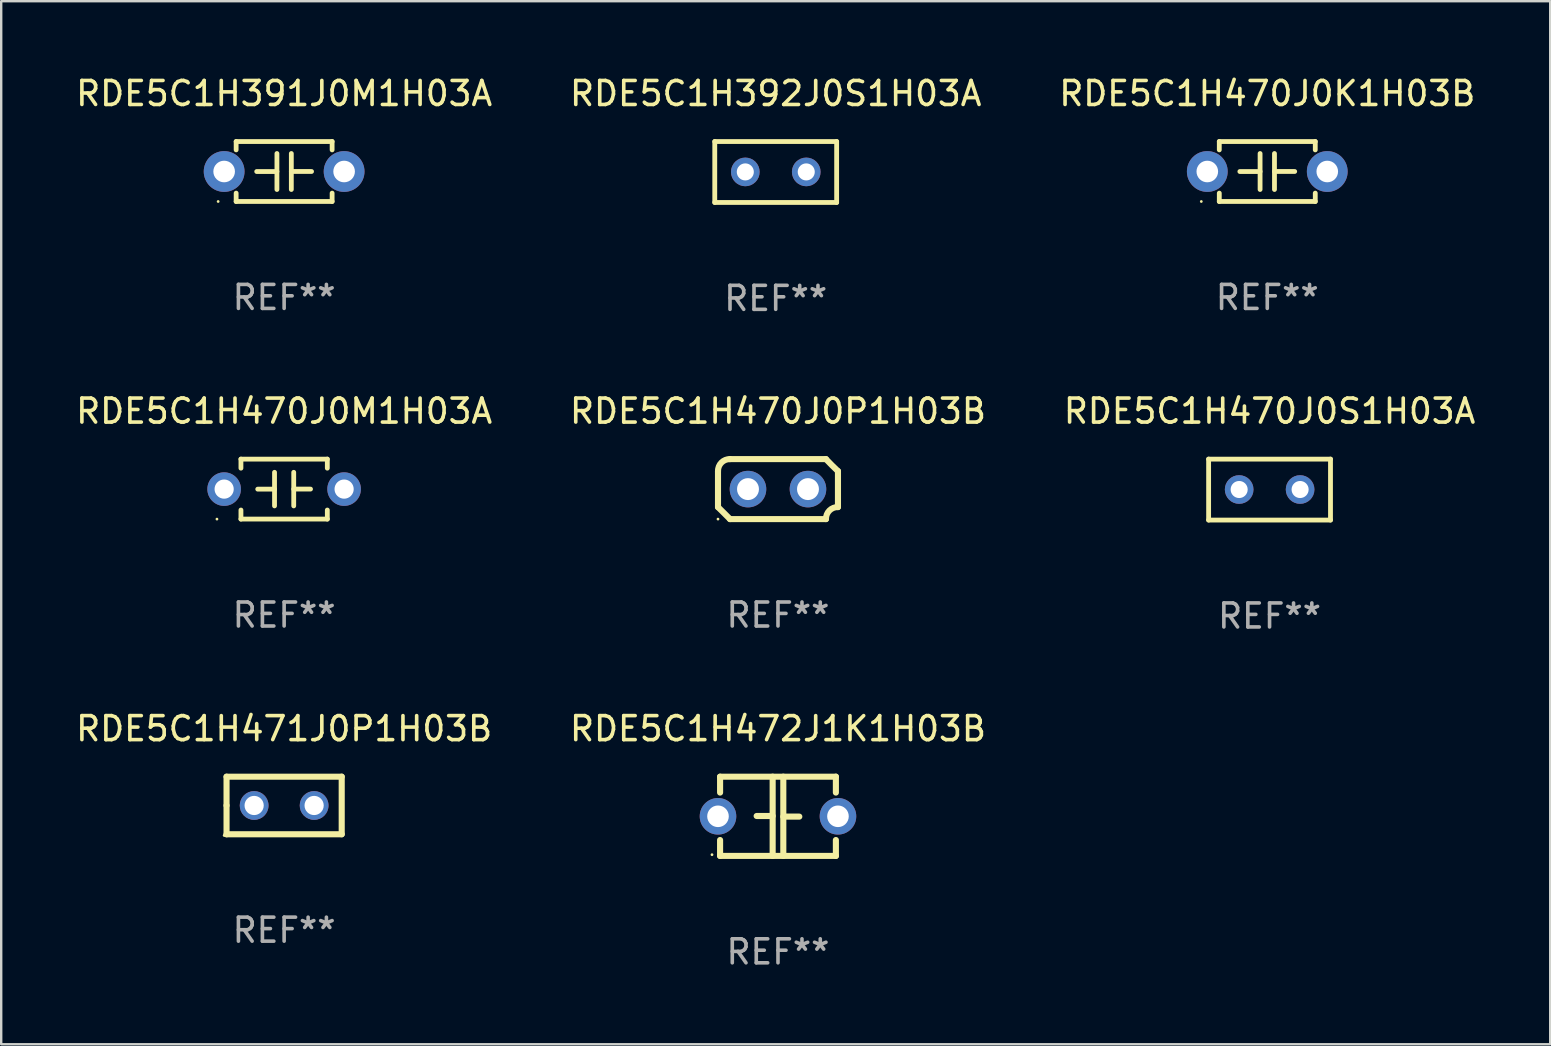
<source format=kicad_pcb>
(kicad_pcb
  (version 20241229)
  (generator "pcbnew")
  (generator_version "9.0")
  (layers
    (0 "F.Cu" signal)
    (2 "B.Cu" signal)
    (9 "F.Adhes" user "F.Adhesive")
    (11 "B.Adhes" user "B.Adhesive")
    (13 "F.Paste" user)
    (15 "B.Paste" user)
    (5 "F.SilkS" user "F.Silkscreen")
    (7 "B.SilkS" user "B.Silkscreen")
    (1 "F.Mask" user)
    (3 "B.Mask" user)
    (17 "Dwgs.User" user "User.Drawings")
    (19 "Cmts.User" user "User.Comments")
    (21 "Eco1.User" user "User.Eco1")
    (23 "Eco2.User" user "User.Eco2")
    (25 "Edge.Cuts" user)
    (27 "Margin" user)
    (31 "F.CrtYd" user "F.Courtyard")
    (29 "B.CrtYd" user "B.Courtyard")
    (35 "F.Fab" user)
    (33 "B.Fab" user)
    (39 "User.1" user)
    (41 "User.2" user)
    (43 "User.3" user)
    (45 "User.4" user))
  (footprint "RDE5C1H392J0S1H03A"
    (layer "F.Cu")
    (at 29.28 4.118)
    (property "Reference" "RDE5C1H392J0S1H03A" (at 0 -3.27 0) (layer "F.SilkS") (effects (font (size 1 1) (thickness 0.15))))
    (attr through_hole)
    (fp_line (start -2.54 -1.27) (end -2.54 1.27) (stroke (width 0.201) (type solid)) (layer "F.SilkS"))
    (fp_line (start -2.54 1.27) (end 2.54 1.27) (stroke (width 0.201) (type solid)) (layer "F.SilkS"))
    (fp_line (start 2.54 -1.27) (end -2.54 -1.27) (stroke (width 0.201) (type solid)) (layer "F.SilkS"))
    (fp_line (start 2.54 1.27) (end 2.54 -1.27) (stroke (width 0.201) (type solid)) (layer "F.SilkS"))
    (fp_circle (center -2.497 1.247) (end -2.467 1.247) (stroke (width 0.06) (type solid)) (fill no) (layer "F.SilkS"))
    (fp_text user "REF**" (at 0 5.27 0) (layer "F.Fab") (effects (font (size 1 1) (thickness 0.15))))
    (pad "1" thru_hole circle (at -1.267 -0.003) (size 1.194 1.194) (drill 0.711) (layers "*.Cu" "*.Mask"))
    (pad "2" thru_hole circle (at 1.273 -0.003) (size 1.194 1.194) (drill 0.711) (layers "*.Cu" "*.Mask")))
  (footprint "RDE5C1H470J0S1H03A"
    (layer "F.Cu")
    (at 49.863 17.355)
    (property "Reference" "RDE5C1H470J0S1H03A" (at 0 -3.27 0) (layer "F.SilkS") (effects (font (size 1 1) (thickness 0.15))))
    (attr through_hole)
    (fp_line (start -2.54 -1.27) (end -2.54 1.27) (stroke (width 0.201) (type solid)) (layer "F.SilkS"))
    (fp_line (start -2.54 1.27) (end 2.54 1.27) (stroke (width 0.201) (type solid)) (layer "F.SilkS"))
    (fp_line (start 2.54 -1.27) (end -2.54 -1.27) (stroke (width 0.201) (type solid)) (layer "F.SilkS"))
    (fp_line (start 2.54 1.27) (end 2.54 -1.27) (stroke (width 0.201) (type solid)) (layer "F.SilkS"))
    (fp_circle (center -2.497 1.247) (end -2.467 1.247) (stroke (width 0.06) (type solid)) (fill no) (layer "F.SilkS"))
    (fp_text user "REF**" (at 0 5.27 0) (layer "F.Fab") (effects (font (size 1 1) (thickness 0.15))))
    (pad "1" thru_hole circle (at -1.267 -0.003) (size 1.194 1.194) (drill 0.711) (layers "*.Cu" "*.Mask"))
    (pad "2" thru_hole circle (at 1.273 -0.003) (size 1.194 1.194) (drill 0.711) (layers "*.Cu" "*.Mask")))
  (footprint "RDE5C1H470J0P1H03B"
    (layer "F.Cu")
    (at 29.375 17.335)
    (property "Reference" "RDE5C1H470J0P1H03B" (at 0 -3.25 0) (layer "F.SilkS") (effects (font (size 1 1) (thickness 0.15))))
    (attr through_hole)
    (fp_line (start -2.5 -0.75) (end -2.5 0.75) (stroke (width 0.254) (type solid)) (layer "F.SilkS"))
    (fp_line (start -2 -1.25) (end 2 -1.25) (stroke (width 0.254) (type solid)) (layer "F.SilkS"))
    (fp_line (start 2 1.25) (end -2 1.25) (stroke (width 0.254) (type solid)) (layer "F.SilkS"))
    (fp_line (start 2.5 0.75) (end 2.5 -0.75) (stroke (width 0.254) (type solid)) (layer "F.SilkS"))
    (fp_arc (start -2.5 0.749962) (mid -2.249559 0.999558) (end -1.99929 1.249325) (stroke (width 0.254001) (type solid)) (layer "F.SilkS"))
    (fp_arc (start -2.499366 -0.749302) (mid -2.356411 -1.106098) (end -2 -1.250013) (stroke (width 0.254001) (type solid)) (layer "F.SilkS"))
    (fp_arc (start 2 1.250013) (mid 2.142747 0.89301) (end 2.499364 0.749302) (stroke (width 0.254001) (type solid)) (layer "F.SilkS"))
    (fp_arc (start 2.5 -0.749962) (mid 2.245609 -0.995598) (end 1.999289 -1.249327) (stroke (width 0.254001) (type solid)) (layer "F.SilkS"))
    (fp_circle (center -2.5 1.25) (end -2.47 1.25) (stroke (width 0.06) (type solid)) (fill no) (layer "F.SilkS"))
    (fp_text user "REF**" (at 0 5.25 0) (layer "F.Fab") (effects (font (size 1 1) (thickness 0.15))))
    (pad "1" thru_hole circle (at -1.25 0) (size 1.524 1.524) (drill 0.914) (layers "*.Cu" "*.Mask"))
    (pad "2" thru_hole circle (at 1.25 0) (size 1.524 1.524) (drill 0.914) (layers "*.Cu" "*.Mask")))
  (footprint "RDE5C1H472J1K1H03B"
    (layer "F.Cu")
    (at 29.375 30.972)
    (property "Reference" "RDE5C1H472J1K1H03B" (at 0 -3.651 0) (layer "F.SilkS") (effects (font (size 1 1) (thickness 0.15))))
    (attr through_hole)
    (fp_line (start -2.413 -1.651) (end 2.413 -1.651) (stroke (width 0.254) (type solid)) (layer "F.SilkS"))
    (fp_line (start -2.413 -0.989) (end -2.413 -1.651) (stroke (width 0.254) (type solid)) (layer "F.SilkS"))
    (fp_line (start -2.413 1.651) (end -2.413 0.989) (stroke (width 0.254) (type solid)) (layer "F.SilkS"))
    (fp_line (start -0.222 -0.013) (end -0.889 -0.013) (stroke (width 0.254) (type solid)) (layer "F.SilkS"))
    (fp_line (start -0.222 1.651) (end -0.222 -1.651) (stroke (width 0.254) (type solid)) (layer "F.SilkS"))
    (fp_line (start 0.222 -1.651) (end 0.222 1.651) (stroke (width 0.254) (type solid)) (layer "F.SilkS"))
    (fp_line (start 0.222 0.013) (end 0.889 0.013) (stroke (width 0.254) (type solid)) (layer "F.SilkS"))
    (fp_line (start 2.413 -1.651) (end 2.413 -0.989) (stroke (width 0.254) (type solid)) (layer "F.SilkS"))
    (fp_line (start 2.413 0.989) (end 2.413 1.651) (stroke (width 0.254) (type solid)) (layer "F.SilkS"))
    (fp_line (start 2.413 1.651) (end -2.413 1.651) (stroke (width 0.254) (type solid)) (layer "F.SilkS"))
    (fp_circle (center -2.75 1.6) (end -2.72 1.6) (stroke (width 0.06) (type solid)) (fill no) (layer "F.SilkS"))
    (fp_text user "REF**" (at 0 5.651 0) (layer "F.Fab") (effects (font (size 1 1) (thickness 0.15))))
    (pad "1" thru_hole circle (at -2.5 0) (size 1.524 1.524) (drill 0.9) (layers "*.Cu" "*.Mask"))
    (pad "2" thru_hole circle (at 2.5 0) (size 1.524 1.524) (drill 0.9) (layers "*.Cu" "*.Mask")))
  (footprint "RDE5C1H470J0K1H03B"
    (layer "F.Cu")
    (at 49.768 4.098)
    (property "Reference" "RDE5C1H470J0K1H03B" (at 0 -3.25 0) (layer "F.SilkS") (effects (font (size 1 1) (thickness 0.15))))
    (attr through_hole)
    (fp_line (start -2 -1.25) (end -2 -0.901) (stroke (width 0.2) (type solid)) (layer "F.SilkS"))
    (fp_line (start -2 -1.25) (end 2 -1.25) (stroke (width 0.2) (type solid)) (layer "F.SilkS"))
    (fp_line (start -2 0.901) (end -2 1.25) (stroke (width 0.2) (type solid)) (layer "F.SilkS"))
    (fp_line (start -0.3 -0.75) (end -0.3 0.75) (stroke (width 0.2) (type solid)) (layer "F.SilkS"))
    (fp_line (start -0.3 0.001) (end -1.143 0.001) (stroke (width 0.2) (type solid)) (layer "F.SilkS"))
    (fp_line (start 0.3 -0.001) (end 1.143 -0.001) (stroke (width 0.2) (type solid)) (layer "F.SilkS"))
    (fp_line (start 0.3 0.75) (end 0.3 -0.75) (stroke (width 0.2) (type solid)) (layer "F.SilkS"))
    (fp_line (start 2 -1.25) (end 2 -0.901) (stroke (width 0.2) (type solid)) (layer "F.SilkS"))
    (fp_line (start 2 0.901) (end 2 1.25) (stroke (width 0.2) (type solid)) (layer "F.SilkS"))
    (fp_line (start 2 1.25) (end -2 1.25) (stroke (width 0.2) (type solid)) (layer "F.SilkS"))
    (fp_circle (center -2.75 1.25) (end -2.72 1.25) (stroke (width 0.06) (type solid)) (fill no) (layer "F.SilkS"))
    (fp_text user "REF**" (at 0 5.25 0) (layer "F.Fab") (effects (font (size 1 1) (thickness 0.15))))
    (pad "1" thru_hole circle (at -2.5 0) (size 1.7 1.7) (drill 0.9) (layers "*.Cu" "*.Mask"))
    (pad "2" thru_hole circle (at 2.5 0) (size 1.7 1.7) (drill 0.9) (layers "*.Cu" "*.Mask")))
  (footprint "RDE5C1H471J0P1H03B"
    (layer "F.Cu")
    (at 8.792 30.521)
    (property "Reference" "RDE5C1H471J0P1H03B" (at 0 -3.2 0) (layer "F.SilkS") (effects (font (size 1 1) (thickness 0.15))))
    (attr through_hole)
    (fp_line (start -2.4 -1.2) (end 2.4 -1.2) (stroke (width 0.254) (type solid)) (layer "F.SilkS"))
    (fp_line (start -2.4 0) (end -2.4 -1.2) (stroke (width 0.254) (type solid)) (layer "F.SilkS"))
    (fp_line (start -2.4 1.2) (end -2.4 0) (stroke (width 0.254) (type solid)) (layer "F.SilkS"))
    (fp_line (start 2.4 -1.2) (end 2.4 1.2) (stroke (width 0.254) (type solid)) (layer "F.SilkS"))
    (fp_line (start 2.4 1.2) (end -2.4 1.2) (stroke (width 0.254) (type solid)) (layer "F.SilkS"))
    (fp_circle (center -2.5 1.25) (end -2.47 1.25) (stroke (width 0.06) (type solid)) (fill no) (layer "F.SilkS"))
    (fp_text user "REF**" (at 0 5.2 0) (layer "F.Fab") (effects (font (size 1 1) (thickness 0.15))))
    (pad "1" thru_hole circle (at -1.25 0) (size 1.2 1.2) (drill 0.8) (layers "*.Cu" "*.Mask"))
    (pad "2" thru_hole circle (at 1.25 0) (size 1.2 1.2) (drill 0.8) (layers "*.Cu" "*.Mask")))
  (footprint "RDE5C1H391J0M1H03A"
    (layer "F.Cu")
    (at 8.792 4.098)
    (property "Reference" "RDE5C1H391J0M1H03A" (at 0 -3.25 0) (layer "F.SilkS") (effects (font (size 1 1) (thickness 0.15))))
    (attr through_hole)
    (fp_line (start -2 -1.25) (end -2 -0.901) (stroke (width 0.2) (type solid)) (layer "F.SilkS"))
    (fp_line (start -2 -1.25) (end 2 -1.25) (stroke (width 0.2) (type solid)) (layer "F.SilkS"))
    (fp_line (start -2 0.901) (end -2 1.25) (stroke (width 0.2) (type solid)) (layer "F.SilkS"))
    (fp_line (start -0.3 -0.75) (end -0.3 0.75) (stroke (width 0.2) (type solid)) (layer "F.SilkS"))
    (fp_line (start -0.3 0.001) (end -1.143 0.001) (stroke (width 0.2) (type solid)) (layer "F.SilkS"))
    (fp_line (start 0.3 -0.001) (end 1.143 -0.001) (stroke (width 0.2) (type solid)) (layer "F.SilkS"))
    (fp_line (start 0.3 0.75) (end 0.3 -0.75) (stroke (width 0.2) (type solid)) (layer "F.SilkS"))
    (fp_line (start 2 -1.25) (end 2 -0.901) (stroke (width 0.2) (type solid)) (layer "F.SilkS"))
    (fp_line (start 2 0.901) (end 2 1.25) (stroke (width 0.2) (type solid)) (layer "F.SilkS"))
    (fp_line (start 2 1.25) (end -2 1.25) (stroke (width 0.2) (type solid)) (layer "F.SilkS"))
    (fp_circle (center -2.75 1.25) (end -2.72 1.25) (stroke (width 0.06) (type solid)) (fill no) (layer "F.SilkS"))
    (fp_text user "REF**" (at 0 5.25 0) (layer "F.Fab") (effects (font (size 1 1) (thickness 0.15))))
    (pad "1" thru_hole circle (at -2.5 0) (size 1.7 1.7) (drill 0.9) (layers "*.Cu" "*.Mask"))
    (pad "2" thru_hole circle (at 2.5 0) (size 1.7 1.7) (drill 0.9) (layers "*.Cu" "*.Mask")))
  (footprint "RDE5C1H470J0M1H03A"
    (layer "F.Cu")
    (at 8.792 17.335)
    (property "Reference" "RDE5C1H470J0M1H03A" (at 0 -3.25 0) (layer "F.SilkS") (effects (font (size 1 1) (thickness 0.15))))
    (attr through_hole)
    (fp_line (start -1.8 -1.25) (end -1.8 -0.872) (stroke (width 0.2) (type solid)) (layer "F.SilkS"))
    (fp_line (start -1.8 -1.25) (end 1.8 -1.25) (stroke (width 0.2) (type solid)) (layer "F.SilkS"))
    (fp_line (start -1.8 0.872) (end -1.8 1.25) (stroke (width 0.2) (type solid)) (layer "F.SilkS"))
    (fp_line (start -1.8 1.25) (end 1.8 1.25) (stroke (width 0.2) (type solid)) (layer "F.SilkS"))
    (fp_line (start -0.4 -0.7) (end -0.4 0.7) (stroke (width 0.2) (type solid)) (layer "F.SilkS"))
    (fp_line (start -0.4 0.002) (end -1.1 0.002) (stroke (width 0.2) (type solid)) (layer "F.SilkS"))
    (fp_line (start 0.4 -0.001) (end 1.1 -0.001) (stroke (width 0.2) (type solid)) (layer "F.SilkS"))
    (fp_line (start 0.4 0.7) (end 0.4 -0.7) (stroke (width 0.2) (type solid)) (layer "F.SilkS"))
    (fp_line (start 1.8 -1.25) (end 1.8 -0.872) (stroke (width 0.2) (type solid)) (layer "F.SilkS"))
    (fp_line (start 1.8 0.872) (end 1.8 1.25) (stroke (width 0.2) (type solid)) (layer "F.SilkS"))
    (fp_circle (center -2.8 1.25) (end -2.77 1.25) (stroke (width 0.06) (type solid)) (fill no) (layer "F.SilkS"))
    (fp_text user "REF**" (at 0 5.25 0) (layer "F.Fab") (effects (font (size 1 1) (thickness 0.15))))
    (pad "1" thru_hole circle (at -2.5 0) (size 1.4 1.4) (drill 0.8) (layers "*.Cu" "*.Mask"))
    (pad "2" thru_hole circle (at 2.5 0) (size 1.4 1.4) (drill 0.8) (layers "*.Cu" "*.Mask")))
  (gr_rect
    (start -3 -3)
    (end 61.56 40.472)
    (stroke (width 0.1) (type default))
    (fill no)
    (layer "Edge.Cuts")))
</source>
